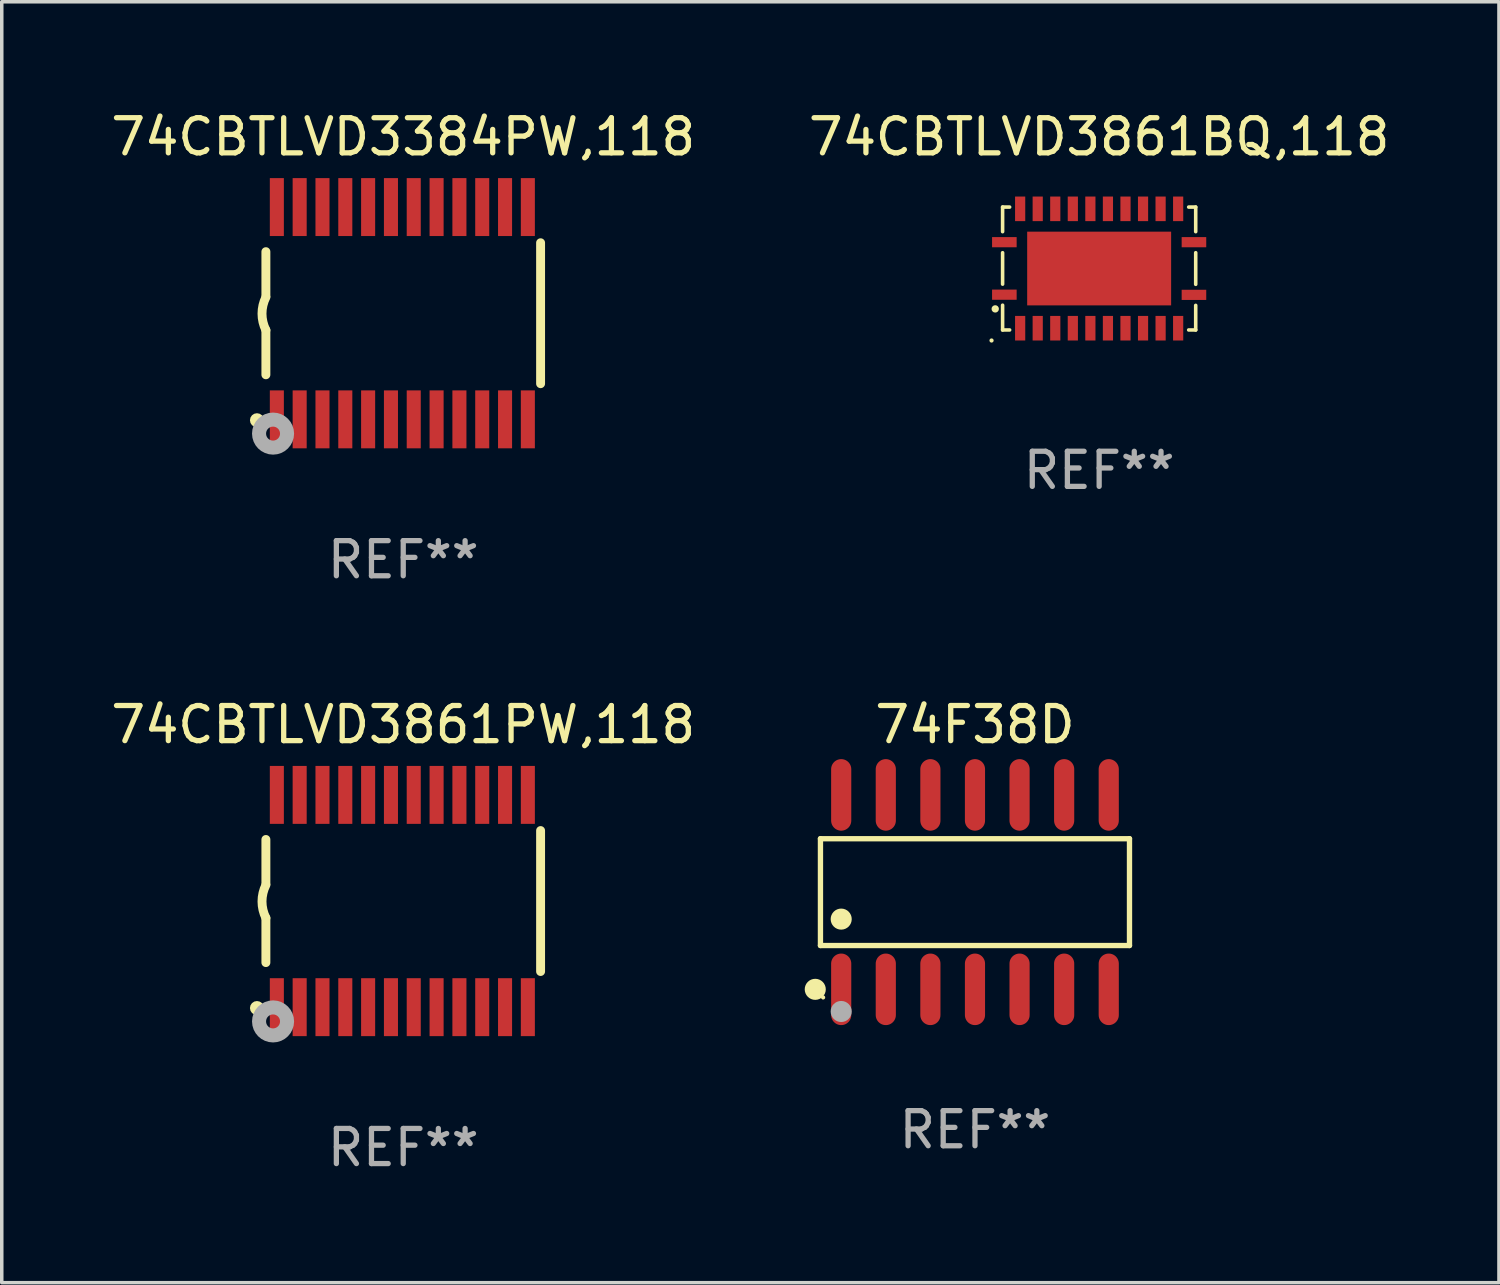
<source format=kicad_pcb>
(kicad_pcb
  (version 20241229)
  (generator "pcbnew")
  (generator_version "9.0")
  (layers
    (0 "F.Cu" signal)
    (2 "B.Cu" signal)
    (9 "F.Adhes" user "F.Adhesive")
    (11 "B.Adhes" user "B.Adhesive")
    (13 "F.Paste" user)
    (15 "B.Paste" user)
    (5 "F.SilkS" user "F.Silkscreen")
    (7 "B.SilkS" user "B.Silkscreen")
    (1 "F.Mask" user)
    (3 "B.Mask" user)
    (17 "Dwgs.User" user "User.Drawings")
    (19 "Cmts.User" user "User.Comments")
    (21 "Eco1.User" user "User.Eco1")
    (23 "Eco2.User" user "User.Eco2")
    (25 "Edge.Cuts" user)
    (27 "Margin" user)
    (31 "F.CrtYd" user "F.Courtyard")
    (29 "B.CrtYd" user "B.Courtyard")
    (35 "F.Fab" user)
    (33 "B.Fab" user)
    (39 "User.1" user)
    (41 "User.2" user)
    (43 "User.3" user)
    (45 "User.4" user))
  (footprint "74F38D"
    (layer "F.Cu")
    (at 24.719 22.359)
    (property "Reference" "74F38D" (at 0 -4.769 0) (layer "F.SilkS") (effects (font (size 1 1) (thickness 0.15))))
    (attr through_hole)
    (fp_line (start -4.401 -1.521) (end 4.401 -1.521) (stroke (width 0.152) (type solid)) (layer "F.SilkS"))
    (fp_line (start -4.401 1.521) (end -4.401 -1.521) (stroke (width 0.152) (type solid)) (layer "F.SilkS"))
    (fp_line (start 4.401 -1.521) (end 4.401 1.521) (stroke (width 0.152) (type solid)) (layer "F.SilkS"))
    (fp_line (start 4.401 1.521) (end -4.401 1.521) (stroke (width 0.152) (type solid)) (layer "F.SilkS"))
    (fp_circle (center -4.549 2.769) (end -4.399 2.769) (stroke (width 0.3) (type solid)) (fill no) (layer "F.SilkS"))
    (fp_circle (center -4.325 3) (end -4.295 3) (stroke (width 0.06) (type solid)) (fill no) (layer "F.SilkS"))
    (fp_circle (center -3.81 0.769) (end -3.66 0.769) (stroke (width 0.3) (type solid)) (fill no) (layer "F.SilkS"))
    (fp_circle (center -3.81 3.4) (end -3.66 3.4) (stroke (width 0.3) (type solid)) (fill no) (layer "F.Fab"))
    (fp_text user "REF**" (at 0 6.769 0) (layer "F.Fab") (effects (font (size 1 1) (thickness 0.15))))
    (pad "1" smd oval (at -3.81 2.769) (size 0.574 2.038) (layers "F.Cu" "F.Mask" "F.Paste"))
    (pad "2" smd oval (at -2.54 2.769) (size 0.574 2.038) (layers "F.Cu" "F.Mask" "F.Paste"))
    (pad "3" smd oval (at -1.27 2.769) (size 0.574 2.038) (layers "F.Cu" "F.Mask" "F.Paste"))
    (pad "4" smd oval (at 0 2.769) (size 0.574 2.038) (layers "F.Cu" "F.Mask" "F.Paste"))
    (pad "5" smd oval (at 1.27 2.769) (size 0.574 2.038) (layers "F.Cu" "F.Mask" "F.Paste"))
    (pad "6" smd oval (at 2.54 2.769) (size 0.574 2.038) (layers "F.Cu" "F.Mask" "F.Paste"))
    (pad "7" smd oval (at 3.81 2.769) (size 0.574 2.038) (layers "F.Cu" "F.Mask" "F.Paste"))
    (pad "8" smd oval (at 3.81 -2.769) (size 0.574 2.038) (layers "F.Cu" "F.Mask" "F.Paste"))
    (pad "9" smd oval (at 2.54 -2.769) (size 0.574 2.038) (layers "F.Cu" "F.Mask" "F.Paste"))
    (pad "10" smd oval (at 1.27 -2.769) (size 0.574 2.038) (layers "F.Cu" "F.Mask" "F.Paste"))
    (pad "11" smd oval (at 0 -2.769) (size 0.574 2.038) (layers "F.Cu" "F.Mask" "F.Paste"))
    (pad "12" smd oval (at -1.27 -2.769) (size 0.574 2.038) (layers "F.Cu" "F.Mask" "F.Paste"))
    (pad "13" smd oval (at -2.54 -2.769) (size 0.574 2.038) (layers "F.Cu" "F.Mask" "F.Paste"))
    (pad "14" smd oval (at -3.81 -2.769) (size 0.574 2.038) (layers "F.Cu" "F.Mask" "F.Paste")))
  (footprint "74CBTLVD3861BQ,118"
    (layer "F.Cu")
    (at 28.256 4.598)
    (property "Reference" "74CBTLVD3861BQ,118" (at 0 -3.75 0) (layer "F.SilkS") (effects (font (size 1 1) (thickness 0.15))))
    (attr through_hole)
    (fp_line (start -2.75 -1.75) (end -2.75 -1.05) (stroke (width 0.102) (type solid)) (layer "F.SilkS"))
    (fp_line (start -2.75 -1.75) (end -2.55 -1.75) (stroke (width 0.102) (type solid)) (layer "F.SilkS"))
    (fp_line (start -2.75 -0.45) (end -2.75 0.445) (stroke (width 0.102) (type solid)) (layer "F.SilkS"))
    (fp_line (start -2.75 1.75) (end -2.75 1.045) (stroke (width 0.102) (type solid)) (layer "F.SilkS"))
    (fp_line (start -2.55 1.75) (end -2.75 1.75) (stroke (width 0.102) (type solid)) (layer "F.SilkS"))
    (fp_line (start 2.55 -1.75) (end 2.75 -1.75) (stroke (width 0.102) (type solid)) (layer "F.SilkS"))
    (fp_line (start 2.75 -1.75) (end 2.75 -1.05) (stroke (width 0.102) (type solid)) (layer "F.SilkS"))
    (fp_line (start 2.75 -0.45) (end 2.75 0.45) (stroke (width 0.102) (type solid)) (layer "F.SilkS"))
    (fp_line (start 2.75 1.05) (end 2.75 1.75) (stroke (width 0.102) (type solid)) (layer "F.SilkS"))
    (fp_line (start 2.75 1.75) (end 2.55 1.75) (stroke (width 0.102) (type solid)) (layer "F.SilkS"))
    (fp_circle (center -3.065 2.05) (end -3.035 2.05) (stroke (width 0.06) (type solid)) (fill no) (layer "F.SilkS"))
    (fp_circle (center -2.96 1.15) (end -2.906 1.15) (stroke (width 0.102) (type solid)) (fill no) (layer "F.SilkS"))
    (fp_text user "REF**" (at 0 5.75 0) (layer "F.Fab") (effects (font (size 1 1) (thickness 0.15))))
    (pad "1" smd rect (at -2.7 0.745 90) (size 0.29 0.7) (layers "F.Cu" "F.Mask" "F.Paste"))
    (pad "2" smd rect (at -2.25 1.7) (size 0.29 0.7) (layers "F.Cu" "F.Mask" "F.Paste"))
    (pad "3" smd rect (at -1.75 1.7) (size 0.29 0.7) (layers "F.Cu" "F.Mask" "F.Paste"))
    (pad "4" smd rect (at -1.25 1.7) (size 0.29 0.7) (layers "F.Cu" "F.Mask" "F.Paste"))
    (pad "5" smd rect (at -0.75 1.7) (size 0.29 0.7) (layers "F.Cu" "F.Mask" "F.Paste"))
    (pad "6" smd rect (at -0.25 1.7) (size 0.29 0.7) (layers "F.Cu" "F.Mask" "F.Paste"))
    (pad "7" smd rect (at 0.25 1.7) (size 0.29 0.7) (layers "F.Cu" "F.Mask" "F.Paste"))
    (pad "8" smd rect (at 0.75 1.7) (size 0.29 0.7) (layers "F.Cu" "F.Mask" "F.Paste"))
    (pad "9" smd rect (at 1.25 1.7) (size 0.29 0.7) (layers "F.Cu" "F.Mask" "F.Paste"))
    (pad "10" smd rect (at 1.75 1.7) (size 0.29 0.7) (layers "F.Cu" "F.Mask" "F.Paste"))
    (pad "11" smd rect (at 2.25 1.7) (size 0.29 0.7) (layers "F.Cu" "F.Mask" "F.Paste"))
    (pad "12" smd rect (at 2.7 0.75 90) (size 0.29 0.7) (layers "F.Cu" "F.Mask" "F.Paste"))
    (pad "13" smd rect (at 2.7 -0.75 90) (size 0.29 0.7) (layers "F.Cu" "F.Mask" "F.Paste"))
    (pad "14" smd rect (at 2.25 -1.7 180) (size 0.29 0.7) (layers "F.Cu" "F.Mask" "F.Paste"))
    (pad "15" smd rect (at 1.75 -1.7 180) (size 0.29 0.7) (layers "F.Cu" "F.Mask" "F.Paste"))
    (pad "16" smd rect (at 1.25 -1.7 180) (size 0.29 0.7) (layers "F.Cu" "F.Mask" "F.Paste"))
    (pad "17" smd rect (at 0.75 -1.7 180) (size 0.29 0.7) (layers "F.Cu" "F.Mask" "F.Paste"))
    (pad "18" smd rect (at 0.25 -1.7 180) (size 0.29 0.7) (layers "F.Cu" "F.Mask" "F.Paste"))
    (pad "19" smd rect (at -0.25 -1.7 180) (size 0.29 0.7) (layers "F.Cu" "F.Mask" "F.Paste"))
    (pad "20" smd rect (at -0.75 -1.7 180) (size 0.29 0.7) (layers "F.Cu" "F.Mask" "F.Paste"))
    (pad "21" smd rect (at -1.25 -1.7 180) (size 0.29 0.7) (layers "F.Cu" "F.Mask" "F.Paste"))
    (pad "22" smd rect (at -1.75 -1.7 180) (size 0.29 0.7) (layers "F.Cu" "F.Mask" "F.Paste"))
    (pad "23" smd rect (at -2.25 -1.7 180) (size 0.29 0.7) (layers "F.Cu" "F.Mask" "F.Paste"))
    (pad "24" smd rect (at -2.7 -0.75 270) (size 0.29 0.7) (layers "F.Cu" "F.Mask" "F.Paste"))
    (pad "25" smd rect (at 0 0) (size 4.1 2.1) (layers "F.Cu" "F.Mask" "F.Paste")))
  (footprint "74CBTLVD3861PW,118"
    (layer "F.Cu")
    (at 8.435 22.613)
    (property "Reference" "74CBTLVD3861PW,118" (at 0 -5.023 0) (layer "F.SilkS") (effects (font (size 1 1) (thickness 0.15))))
    (attr through_hole)
    (fp_line (start -3.912 -0.483) (end -3.912 -1.753) (stroke (width 0.254) (type solid)) (layer "F.SilkS"))
    (fp_line (start -3.912 1.753) (end -3.912 0.483) (stroke (width 0.254) (type solid)) (layer "F.SilkS"))
    (fp_line (start 3.912 -2.007) (end 3.912 2.007) (stroke (width 0.254) (type solid)) (layer "F.SilkS"))
    (fp_arc (start -3.911608 0.482601) (mid -4.022537 0.0127) (end -3.911608 -0.457201) (stroke (width 0.254001) (type solid)) (layer "F.SilkS"))
    (fp_circle (center -4.166 3.048) (end -4.066 3.048) (stroke (width 0.2) (type solid)) (fill no) (layer "F.SilkS"))
    (fp_circle (center -3.925 3.186) (end -3.895 3.186) (stroke (width 0.06) (type solid)) (fill no) (layer "F.SilkS"))
    (fp_circle (center -3.708 3.429) (end -3.509 3.429) (stroke (width 0.4) (type solid)) (fill no) (layer "F.Fab"))
    (fp_text user "REF**" (at 0 7.023 0) (layer "F.Fab") (effects (font (size 1 1) (thickness 0.15))))
    (pad "1" smd rect (at -3.6 3.023) (size 0.4 1.65) (layers "F.Cu" "F.Mask" "F.Paste"))
    (pad "2" smd rect (at -2.95 3.023) (size 0.4 1.65) (layers "F.Cu" "F.Mask" "F.Paste"))
    (pad "3" smd rect (at -2.3 3.023) (size 0.4 1.65) (layers "F.Cu" "F.Mask" "F.Paste"))
    (pad "4" smd rect (at -1.65 3.023) (size 0.4 1.65) (layers "F.Cu" "F.Mask" "F.Paste"))
    (pad "5" smd rect (at -1 3.023) (size 0.4 1.65) (layers "F.Cu" "F.Mask" "F.Paste"))
    (pad "6" smd rect (at -0.35 3.023) (size 0.4 1.65) (layers "F.Cu" "F.Mask" "F.Paste"))
    (pad "7" smd rect (at 0.299 3.023) (size 0.4 1.65) (layers "F.Cu" "F.Mask" "F.Paste"))
    (pad "8" smd rect (at 0.95 3.023) (size 0.4 1.65) (layers "F.Cu" "F.Mask" "F.Paste"))
    (pad "9" smd rect (at 1.6 3.023) (size 0.4 1.65) (layers "F.Cu" "F.Mask" "F.Paste"))
    (pad "10" smd rect (at 2.25 3.023) (size 0.4 1.65) (layers "F.Cu" "F.Mask" "F.Paste"))
    (pad "11" smd rect (at 2.9 3.023) (size 0.4 1.65) (layers "F.Cu" "F.Mask" "F.Paste"))
    (pad "12" smd rect (at 3.549 3.023) (size 0.4 1.65) (layers "F.Cu" "F.Mask" "F.Paste"))
    (pad "13" smd rect (at 3.549 -3.023) (size 0.4 1.65) (layers "F.Cu" "F.Mask" "F.Paste"))
    (pad "14" smd rect (at 2.9 -3.023) (size 0.4 1.65) (layers "F.Cu" "F.Mask" "F.Paste"))
    (pad "15" smd rect (at 2.25 -3.023) (size 0.4 1.65) (layers "F.Cu" "F.Mask" "F.Paste"))
    (pad "16" smd rect (at 1.6 -3.023) (size 0.4 1.65) (layers "F.Cu" "F.Mask" "F.Paste"))
    (pad "17" smd rect (at 0.95 -3.023) (size 0.4 1.65) (layers "F.Cu" "F.Mask" "F.Paste"))
    (pad "18" smd rect (at 0.299 -3.023) (size 0.4 1.65) (layers "F.Cu" "F.Mask" "F.Paste"))
    (pad "19" smd rect (at -0.35 -3.023) (size 0.4 1.65) (layers "F.Cu" "F.Mask" "F.Paste"))
    (pad "20" smd rect (at -1 -3.023) (size 0.4 1.65) (layers "F.Cu" "F.Mask" "F.Paste"))
    (pad "21" smd rect (at -1.65 -3.023) (size 0.4 1.65) (layers "F.Cu" "F.Mask" "F.Paste"))
    (pad "22" smd rect (at -2.3 -3.023) (size 0.4 1.65) (layers "F.Cu" "F.Mask" "F.Paste"))
    (pad "23" smd rect (at -2.95 -3.023) (size 0.4 1.65) (layers "F.Cu" "F.Mask" "F.Paste"))
    (pad "24" smd rect (at -3.6 -3.023) (size 0.4 1.65) (layers "F.Cu" "F.Mask" "F.Paste")))
  (footprint "74CBTLVD3384PW,118"
    (layer "F.Cu")
    (at 8.435 5.871)
    (property "Reference" "74CBTLVD3384PW,118" (at 0 -5.023 0) (layer "F.SilkS") (effects (font (size 1 1) (thickness 0.15))))
    (attr through_hole)
    (fp_line (start -3.912 -0.483) (end -3.912 -1.753) (stroke (width 0.254) (type solid)) (layer "F.SilkS"))
    (fp_line (start -3.912 1.753) (end -3.912 0.483) (stroke (width 0.254) (type solid)) (layer "F.SilkS"))
    (fp_line (start 3.912 -2.007) (end 3.912 2.007) (stroke (width 0.254) (type solid)) (layer "F.SilkS"))
    (fp_arc (start -3.911608 0.482601) (mid -4.022537 0.0127) (end -3.911608 -0.457201) (stroke (width 0.254001) (type solid)) (layer "F.SilkS"))
    (fp_circle (center -4.166 3.048) (end -4.066 3.048) (stroke (width 0.2) (type solid)) (fill no) (layer "F.SilkS"))
    (fp_circle (center -3.925 3.186) (end -3.895 3.186) (stroke (width 0.06) (type solid)) (fill no) (layer "F.SilkS"))
    (fp_circle (center -3.708 3.429) (end -3.509 3.429) (stroke (width 0.4) (type solid)) (fill no) (layer "F.Fab"))
    (fp_text user "REF**" (at 0 7.023 0) (layer "F.Fab") (effects (font (size 1 1) (thickness 0.15))))
    (pad "1" smd rect (at -3.6 3.023) (size 0.4 1.65) (layers "F.Cu" "F.Mask" "F.Paste"))
    (pad "2" smd rect (at -2.95 3.023) (size 0.4 1.65) (layers "F.Cu" "F.Mask" "F.Paste"))
    (pad "3" smd rect (at -2.3 3.023) (size 0.4 1.65) (layers "F.Cu" "F.Mask" "F.Paste"))
    (pad "4" smd rect (at -1.65 3.023) (size 0.4 1.65) (layers "F.Cu" "F.Mask" "F.Paste"))
    (pad "5" smd rect (at -1 3.023) (size 0.4 1.65) (layers "F.Cu" "F.Mask" "F.Paste"))
    (pad "6" smd rect (at -0.35 3.023) (size 0.4 1.65) (layers "F.Cu" "F.Mask" "F.Paste"))
    (pad "7" smd rect (at 0.299 3.023) (size 0.4 1.65) (layers "F.Cu" "F.Mask" "F.Paste"))
    (pad "8" smd rect (at 0.95 3.023) (size 0.4 1.65) (layers "F.Cu" "F.Mask" "F.Paste"))
    (pad "9" smd rect (at 1.6 3.023) (size 0.4 1.65) (layers "F.Cu" "F.Mask" "F.Paste"))
    (pad "10" smd rect (at 2.25 3.023) (size 0.4 1.65) (layers "F.Cu" "F.Mask" "F.Paste"))
    (pad "11" smd rect (at 2.9 3.023) (size 0.4 1.65) (layers "F.Cu" "F.Mask" "F.Paste"))
    (pad "12" smd rect (at 3.549 3.023) (size 0.4 1.65) (layers "F.Cu" "F.Mask" "F.Paste"))
    (pad "13" smd rect (at 3.549 -3.023) (size 0.4 1.65) (layers "F.Cu" "F.Mask" "F.Paste"))
    (pad "14" smd rect (at 2.9 -3.023) (size 0.4 1.65) (layers "F.Cu" "F.Mask" "F.Paste"))
    (pad "15" smd rect (at 2.25 -3.023) (size 0.4 1.65) (layers "F.Cu" "F.Mask" "F.Paste"))
    (pad "16" smd rect (at 1.6 -3.023) (size 0.4 1.65) (layers "F.Cu" "F.Mask" "F.Paste"))
    (pad "17" smd rect (at 0.95 -3.023) (size 0.4 1.65) (layers "F.Cu" "F.Mask" "F.Paste"))
    (pad "18" smd rect (at 0.299 -3.023) (size 0.4 1.65) (layers "F.Cu" "F.Mask" "F.Paste"))
    (pad "19" smd rect (at -0.35 -3.023) (size 0.4 1.65) (layers "F.Cu" "F.Mask" "F.Paste"))
    (pad "20" smd rect (at -1 -3.023) (size 0.4 1.65) (layers "F.Cu" "F.Mask" "F.Paste"))
    (pad "21" smd rect (at -1.65 -3.023) (size 0.4 1.65) (layers "F.Cu" "F.Mask" "F.Paste"))
    (pad "22" smd rect (at -2.3 -3.023) (size 0.4 1.65) (layers "F.Cu" "F.Mask" "F.Paste"))
    (pad "23" smd rect (at -2.95 -3.023) (size 0.4 1.65) (layers "F.Cu" "F.Mask" "F.Paste"))
    (pad "24" smd rect (at -3.6 -3.023) (size 0.4 1.65) (layers "F.Cu" "F.Mask" "F.Paste")))
  (gr_rect
    (start -3 -3)
    (end 39.643 33.483)
    (stroke (width 0.1) (type default))
    (fill no)
    (layer "Edge.Cuts")))
</source>
